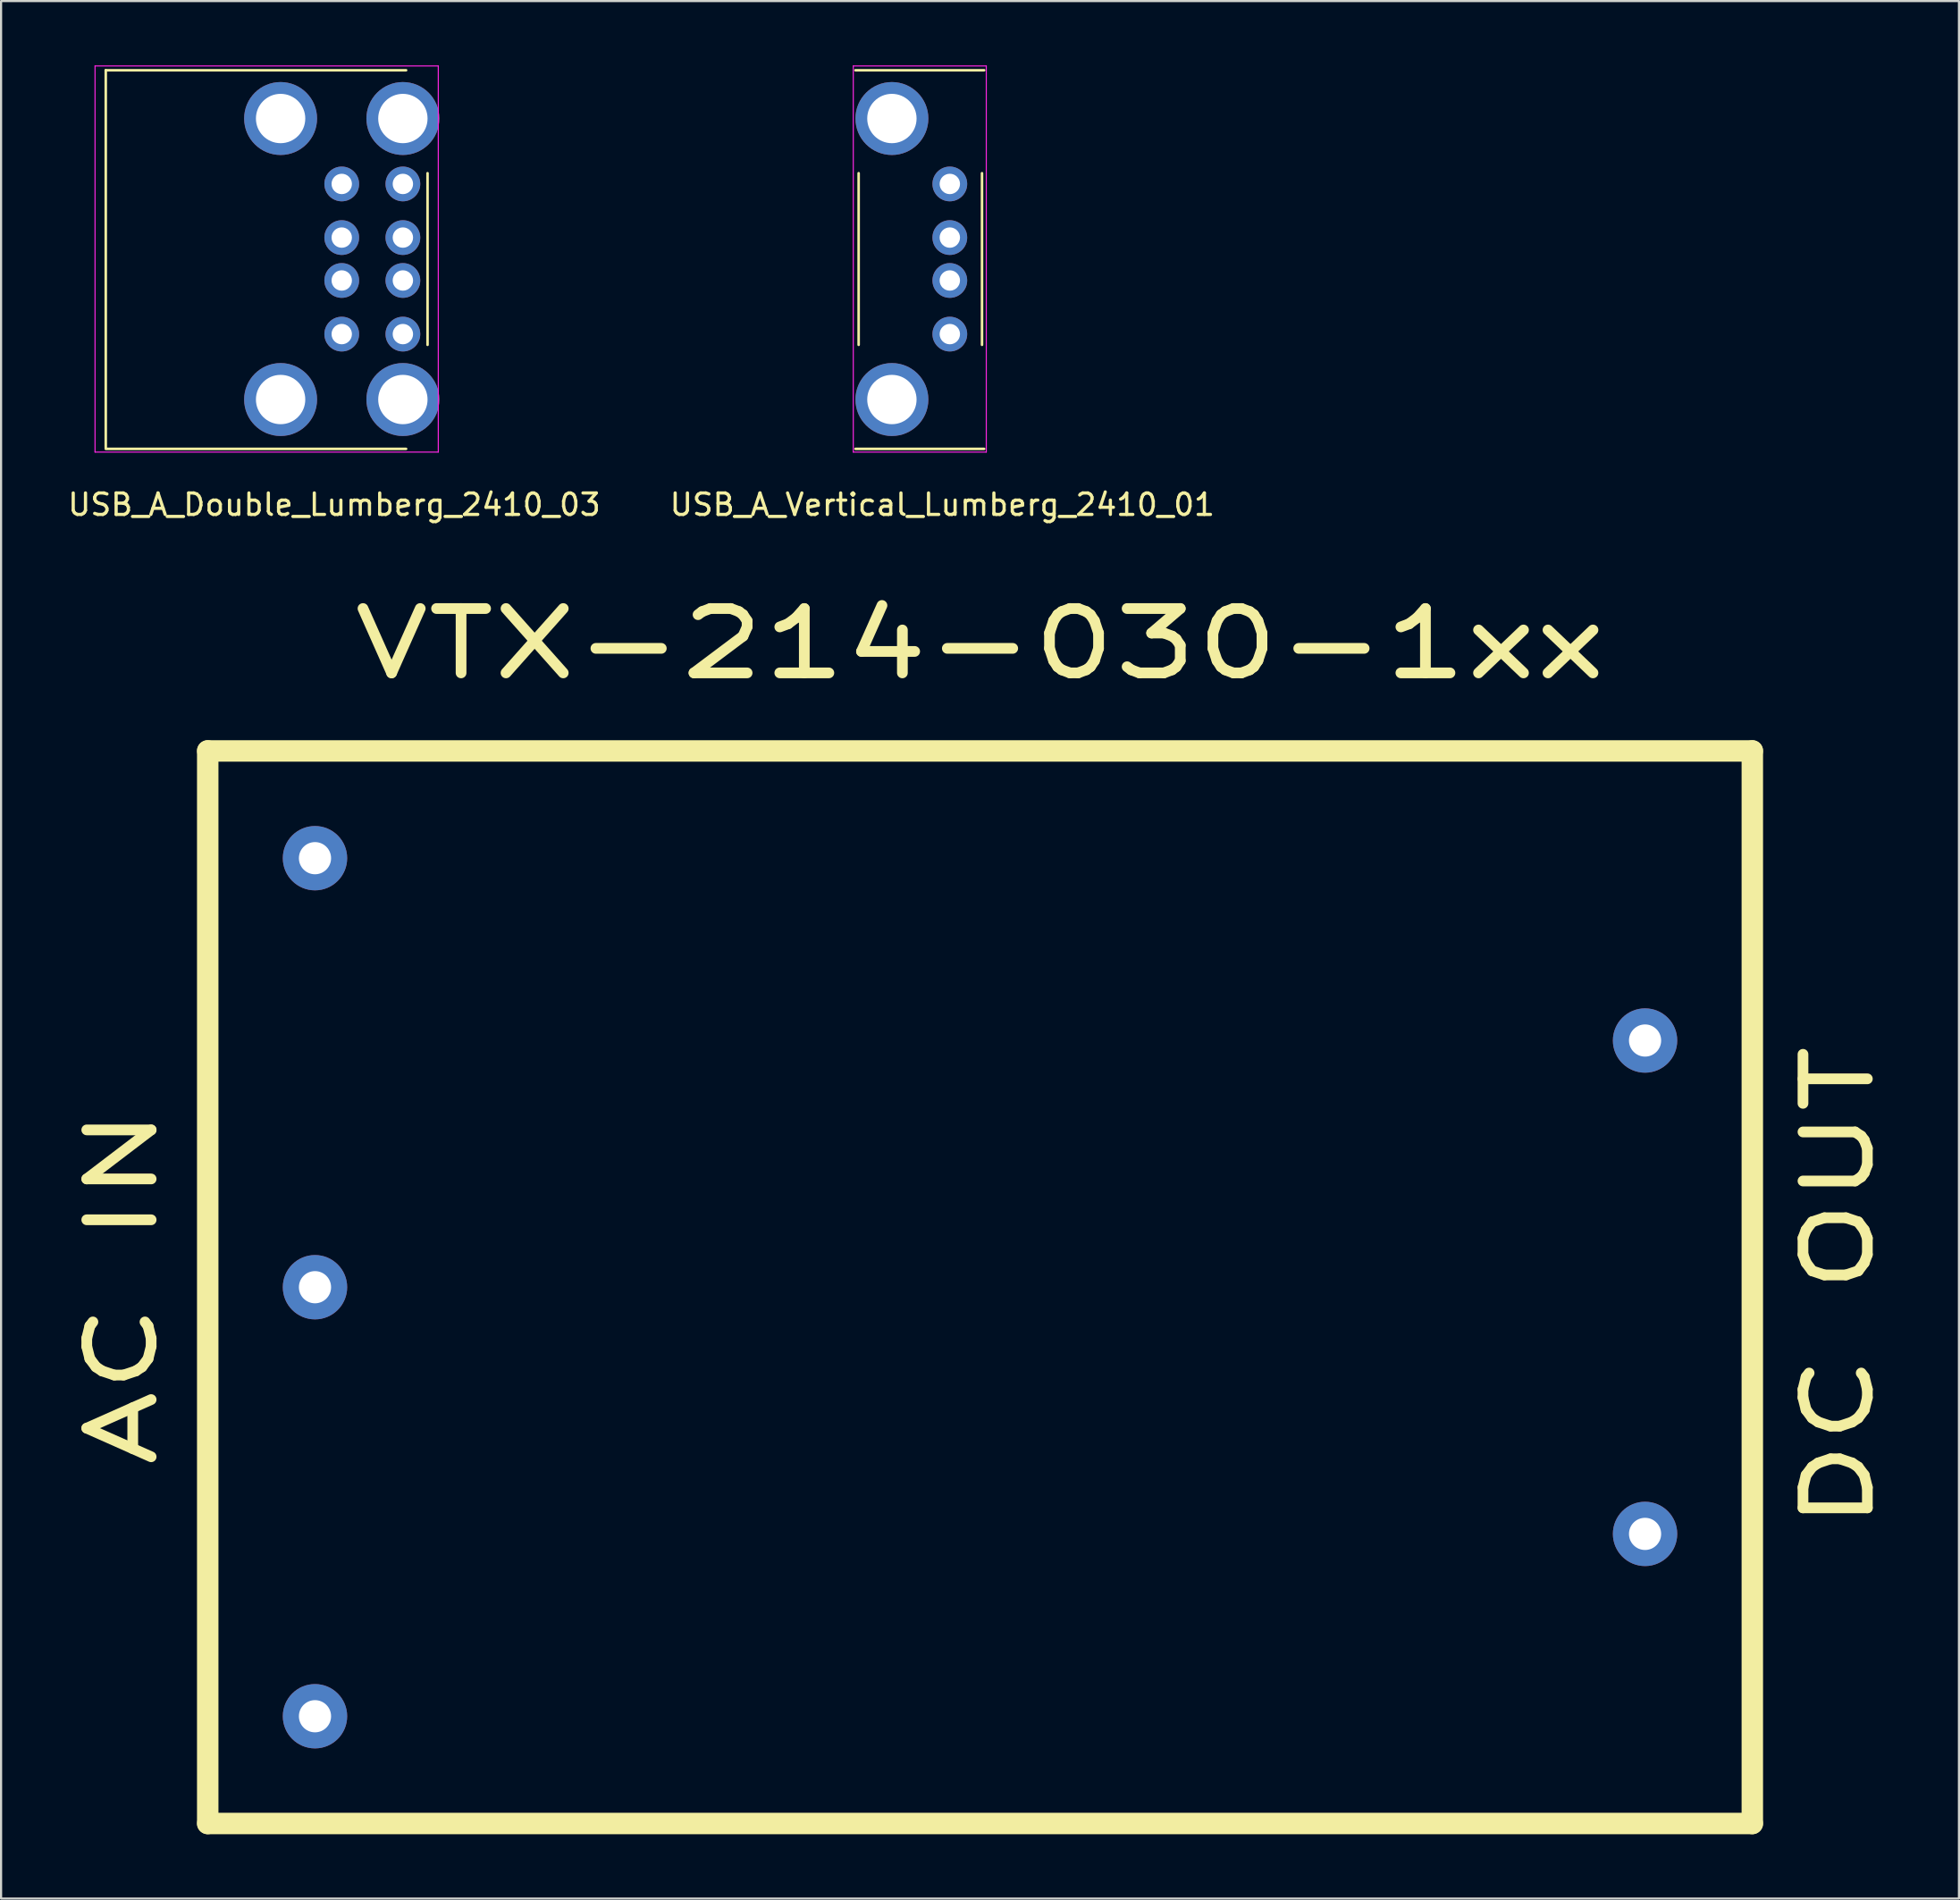
<source format=kicad_pcb>
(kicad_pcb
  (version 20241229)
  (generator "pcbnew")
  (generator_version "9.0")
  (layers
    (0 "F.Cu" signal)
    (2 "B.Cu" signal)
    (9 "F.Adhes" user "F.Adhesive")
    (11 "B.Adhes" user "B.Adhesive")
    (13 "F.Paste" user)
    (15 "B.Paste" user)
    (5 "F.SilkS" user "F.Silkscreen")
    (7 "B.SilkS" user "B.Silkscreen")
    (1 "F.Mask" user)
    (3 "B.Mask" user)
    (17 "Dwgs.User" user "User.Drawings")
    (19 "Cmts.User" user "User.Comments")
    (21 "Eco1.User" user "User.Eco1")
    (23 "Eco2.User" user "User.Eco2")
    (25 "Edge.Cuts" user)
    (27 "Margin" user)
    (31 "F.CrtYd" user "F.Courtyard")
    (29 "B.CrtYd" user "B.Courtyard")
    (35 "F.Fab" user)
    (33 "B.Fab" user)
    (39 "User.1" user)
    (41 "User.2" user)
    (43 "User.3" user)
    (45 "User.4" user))
  (footprint "VTX-214-030-1xx"
    (layer "F.Cu")
    (at 42.633 56.956)
    (property "Reference" "VTX-214-030-1xx" (at 0 -30 0) (layer "F.SilkS") (effects (font (size 3 4) (thickness 0.5))))
    (attr through_hole)
    (fp_line (start -36 -25) (end 36 -25) (stroke (width 1) (type solid)) (layer "F.SilkS"))
    (fp_line (start -36 25) (end -36 -25) (stroke (width 1) (type solid)) (layer "F.SilkS"))
    (fp_line (start 36 -25) (end 36 25) (stroke (width 1) (type solid)) (layer "F.SilkS"))
    (fp_line (start 36 25) (end -36 25) (stroke (width 1) (type solid)) (layer "F.SilkS"))
    (fp_text user "AC IN" (at -40 0 90) (layer "F.SilkS") (effects (font (size 3 4) (thickness 0.5))))
    (fp_text user "DC OUT" (at 40 0 90) (layer "F.SilkS") (effects (font (size 3 4) (thickness 0.5))))
    (pad "1" thru_hole circle (at -31 -20) (size 3 3) (drill 1.5) (layers "*.Cu" "*.Mask"))
    (pad "2" thru_hole circle (at -31 0) (size 3 3) (drill 1.5) (layers "*.Cu" "*.Mask"))
    (pad "3" thru_hole circle (at -31 20) (size 3 3) (drill 1.5) (layers "*.Cu" "*.Mask"))
    (pad "4" thru_hole circle (at 31 -11.5) (size 3 3) (drill 1.5) (layers "*.Cu" "*.Mask"))
    (pad "5" thru_hole circle (at 31 11.5) (size 3 3) (drill 1.5) (layers "*.Cu" "*.Mask")))
  (footprint "USB_A_Double_Lumberg_2410_03"
    (layer "F.Cu")
    (at 12.88 9.025)
    (property "Reference" "USB_A_Double_Lumberg_2410_03" (at -0.35 11.45 0) (layer "F.SilkS") (effects (font (size 1 1) (thickness 0.15))))
    (attr through_hole)
    (fp_line (start -11 -8.8) (end -11 8.8) (stroke (width 0.12) (type solid)) (layer "F.SilkS"))
    (fp_line (start -11 -8.8) (end 3 -8.8) (stroke (width 0.12) (type solid)) (layer "F.SilkS"))
    (fp_line (start -11 8.85) (end 3 8.85) (stroke (width 0.12) (type solid)) (layer "F.SilkS"))
    (fp_line (start 4 -4) (end 4 4) (stroke (width 0.12) (type solid)) (layer "F.SilkS"))
    (fp_line (start -11.5 -9) (end 4.5 -9) (stroke (width 0.05) (type solid)) (layer "F.CrtYd"))
    (fp_line (start -11.5 9) (end -11.5 -9) (stroke (width 0.05) (type solid)) (layer "F.CrtYd"))
    (fp_line (start -11.5 9) (end 4.5 9) (stroke (width 0.05) (type solid)) (layer "F.CrtYd"))
    (fp_line (start 4.5 -9) (end 4.5 9) (stroke (width 0.05) (type solid)) (layer "F.CrtYd"))
    (pad "1" thru_hole circle (at 0 -3.5) (size 1.62 1.62) (drill 0.95) (layers "*.Cu" "*.Mask"))
    (pad "2" thru_hole circle (at 0 -1) (size 1.62 1.62) (drill 0.95) (layers "*.Cu" "*.Mask"))
    (pad "3" thru_hole circle (at 0 1) (size 1.62 1.62) (drill 0.95) (layers "*.Cu" "*.Mask"))
    (pad "4" thru_hole circle (at 0 3.5) (size 1.62 1.62) (drill 0.95) (layers "*.Cu" "*.Mask"))
    (pad "5" thru_hole circle (at 2.85 -3.5) (size 1.62 1.62) (drill 0.95) (layers "*.Cu" "*.Mask"))
    (pad "6" thru_hole circle (at 2.85 -1) (size 1.62 1.62) (drill 0.95) (layers "*.Cu" "*.Mask"))
    (pad "7" thru_hole circle (at 2.85 1) (size 1.62 1.62) (drill 0.95) (layers "*.Cu" "*.Mask"))
    (pad "8" thru_hole circle (at 2.85 3.5) (size 1.62 1.62) (drill 0.95) (layers "*.Cu" "*.Mask"))
    (pad "9" thru_hole circle (at -2.85 -6.55) (size 3.4 3.4) (drill 2.3) (layers "*.Cu" "*.Mask"))
    (pad "9" thru_hole circle (at -2.85 6.55) (size 3.4 3.4) (drill 2.3) (layers "*.Cu" "*.Mask"))
    (pad "9" thru_hole circle (at 2.85 -6.55) (size 3.4 3.4) (drill 2.3) (layers "*.Cu" "*.Mask"))
    (pad "9" thru_hole circle (at 2.85 6.55) (size 3.4 3.4) (drill 2.3) (layers "*.Cu" "*.Mask")))
  (footprint "USB_A_Vertical_Lumberg_2410_01"
    (layer "F.Cu")
    (at 41.225 9.025)
    (property "Reference" "USB_A_Vertical_Lumberg_2410_01" (at -0.35 11.45 0) (layer "F.SilkS") (effects (font (size 1 1) (thickness 0.15))))
    (attr through_hole)
    (fp_line (start -4.4 -8.8) (end 1.6 -8.8) (stroke (width 0.12) (type solid)) (layer "F.SilkS"))
    (fp_line (start -4.4 8.85) (end 1.6 8.85) (stroke (width 0.12) (type solid)) (layer "F.SilkS"))
    (fp_line (start -4.25 -4) (end -4.25 4) (stroke (width 0.12) (type solid)) (layer "F.SilkS"))
    (fp_line (start 1.5 -4) (end 1.5 4) (stroke (width 0.12) (type solid)) (layer "F.SilkS"))
    (fp_line (start -4.5 -9) (end 1.7 -9) (stroke (width 0.05) (type solid)) (layer "F.CrtYd"))
    (fp_line (start -4.5 9) (end -4.5 -9) (stroke (width 0.05) (type solid)) (layer "F.CrtYd"))
    (fp_line (start -4.5 9) (end 1.7 9) (stroke (width 0.05) (type solid)) (layer "F.CrtYd"))
    (fp_line (start 1.7 -9) (end 1.7 9) (stroke (width 0.05) (type solid)) (layer "F.CrtYd"))
    (pad "1" thru_hole circle (at 0 -3.5) (size 1.62 1.62) (drill 0.95) (layers "*.Cu" "*.Mask"))
    (pad "2" thru_hole circle (at 0 -1) (size 1.62 1.62) (drill 0.95) (layers "*.Cu" "*.Mask"))
    (pad "3" thru_hole circle (at 0 1) (size 1.62 1.62) (drill 0.95) (layers "*.Cu" "*.Mask"))
    (pad "4" thru_hole circle (at 0 3.5) (size 1.62 1.62) (drill 0.95) (layers "*.Cu" "*.Mask"))
    (pad "5" thru_hole circle (at -2.7 -6.55) (size 3.4 3.4) (drill 2.3) (layers "*.Cu" "*.Mask"))
    (pad "5" thru_hole circle (at -2.7 6.55) (size 3.4 3.4) (drill 2.3) (layers "*.Cu" "*.Mask")))
  (gr_rect
    (start -3 -3)
    (end 88.265 85.456)
    (stroke (width 0.1) (type default))
    (fill no)
    (layer "Edge.Cuts")))
</source>
